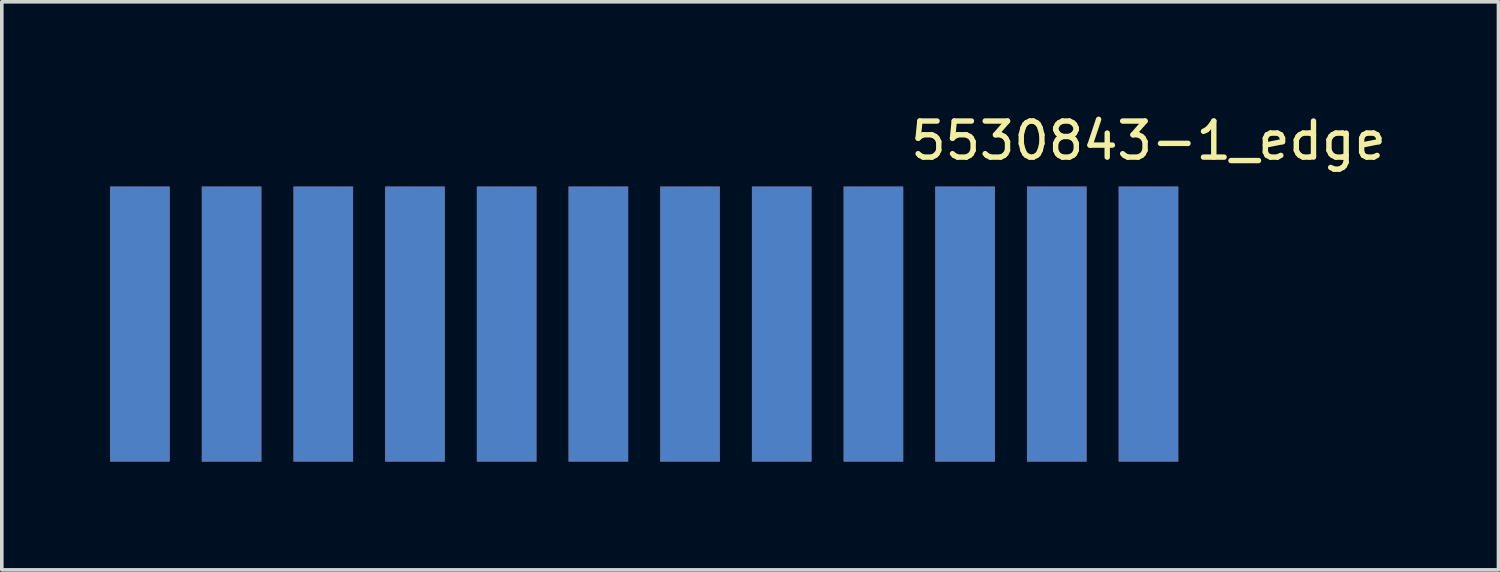
<source format=kicad_pcb>
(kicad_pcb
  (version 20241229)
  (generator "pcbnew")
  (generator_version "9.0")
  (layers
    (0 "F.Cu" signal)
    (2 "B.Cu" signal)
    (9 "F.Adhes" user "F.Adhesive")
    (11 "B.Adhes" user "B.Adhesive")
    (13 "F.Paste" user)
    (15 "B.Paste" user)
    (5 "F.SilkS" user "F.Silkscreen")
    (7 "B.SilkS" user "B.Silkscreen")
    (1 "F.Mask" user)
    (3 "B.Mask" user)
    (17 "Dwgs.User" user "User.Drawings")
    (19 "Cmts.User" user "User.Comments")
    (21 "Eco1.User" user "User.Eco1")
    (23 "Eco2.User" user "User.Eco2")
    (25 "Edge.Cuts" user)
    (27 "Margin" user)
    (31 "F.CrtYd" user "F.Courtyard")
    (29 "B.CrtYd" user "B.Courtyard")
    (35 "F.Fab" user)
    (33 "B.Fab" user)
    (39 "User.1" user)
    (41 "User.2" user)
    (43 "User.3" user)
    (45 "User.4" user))
  (footprint "5530843-1_edge"
    (layer "F.Cu")
    (at 14.796 5.928)
    (property "Reference" "5530843-1_edge" (at 13.97 -5.08 0) (layer "F.SilkS") (effects (font (size 1 1) (thickness 0.15))))
    (attr through_hole)
    (pad "1" connect rect (at -13.97 0) (size 1.651 7.62) (layers "F.Cu" "F.Mask"))
    (pad "2" connect rect (at -13.97 0) (size 1.651 7.62) (layers "B.Cu" "B.Mask"))
    (pad "3" connect rect (at -11.43 0) (size 1.651 7.62) (layers "F.Cu" "F.Mask"))
    (pad "4" connect rect (at -11.43 0) (size 1.651 7.62) (layers "B.Cu" "B.Mask"))
    (pad "5" connect rect (at -8.89 0) (size 1.651 7.62) (layers "F.Cu" "F.Mask"))
    (pad "6" connect rect (at -8.89 0) (size 1.651 7.62) (layers "B.Cu" "B.Mask"))
    (pad "7" connect rect (at -6.35 0) (size 1.651 7.62) (layers "F.Cu" "F.Mask"))
    (pad "8" connect rect (at -6.35 0) (size 1.651 7.62) (layers "B.Cu" "B.Mask"))
    (pad "9" connect rect (at -3.81 0) (size 1.651 7.62) (layers "F.Cu" "F.Mask"))
    (pad "10" connect rect (at -3.81 0) (size 1.651 7.62) (layers "B.Cu" "B.Mask"))
    (pad "11" connect rect (at -1.27 0) (size 1.651 7.62) (layers "F.Cu" "F.Mask"))
    (pad "12" connect rect (at -1.27 0) (size 1.651 7.62) (layers "B.Cu" "B.Mask"))
    (pad "13" connect rect (at 1.27 0) (size 1.651 7.62) (layers "F.Cu" "F.Mask"))
    (pad "14" connect rect (at 1.27 0) (size 1.651 7.62) (layers "B.Cu" "B.Mask"))
    (pad "15" connect rect (at 3.81 0) (size 1.651 7.62) (layers "F.Cu" "F.Mask"))
    (pad "16" connect rect (at 3.81 0) (size 1.651 7.62) (layers "B.Cu" "B.Mask"))
    (pad "17" connect rect (at 6.35 0) (size 1.651 7.62) (layers "F.Cu" "F.Mask"))
    (pad "18" connect rect (at 6.35 0) (size 1.651 7.62) (layers "B.Cu" "B.Mask"))
    (pad "19" connect rect (at 8.89 0) (size 1.651 7.62) (layers "F.Cu" "F.Mask"))
    (pad "20" connect rect (at 8.89 0) (size 1.651 7.62) (layers "B.Cu" "B.Mask"))
    (pad "21" connect rect (at 11.43 0) (size 1.651 7.62) (layers "F.Cu" "F.Mask"))
    (pad "22" connect rect (at 11.43 0) (size 1.651 7.62) (layers "B.Cu" "B.Mask"))
    (pad "23" connect rect (at 13.97 0) (size 1.651 7.62) (layers "F.Cu" "F.Mask"))
    (pad "24" connect rect (at 13.97 0) (size 1.651 7.62) (layers "B.Cu" "B.Mask")))
  (gr_rect
    (start -3 -3)
    (end 38.462 12.738)
    (stroke (width 0.1) (type default))
    (fill no)
    (layer "Edge.Cuts")))
</source>
